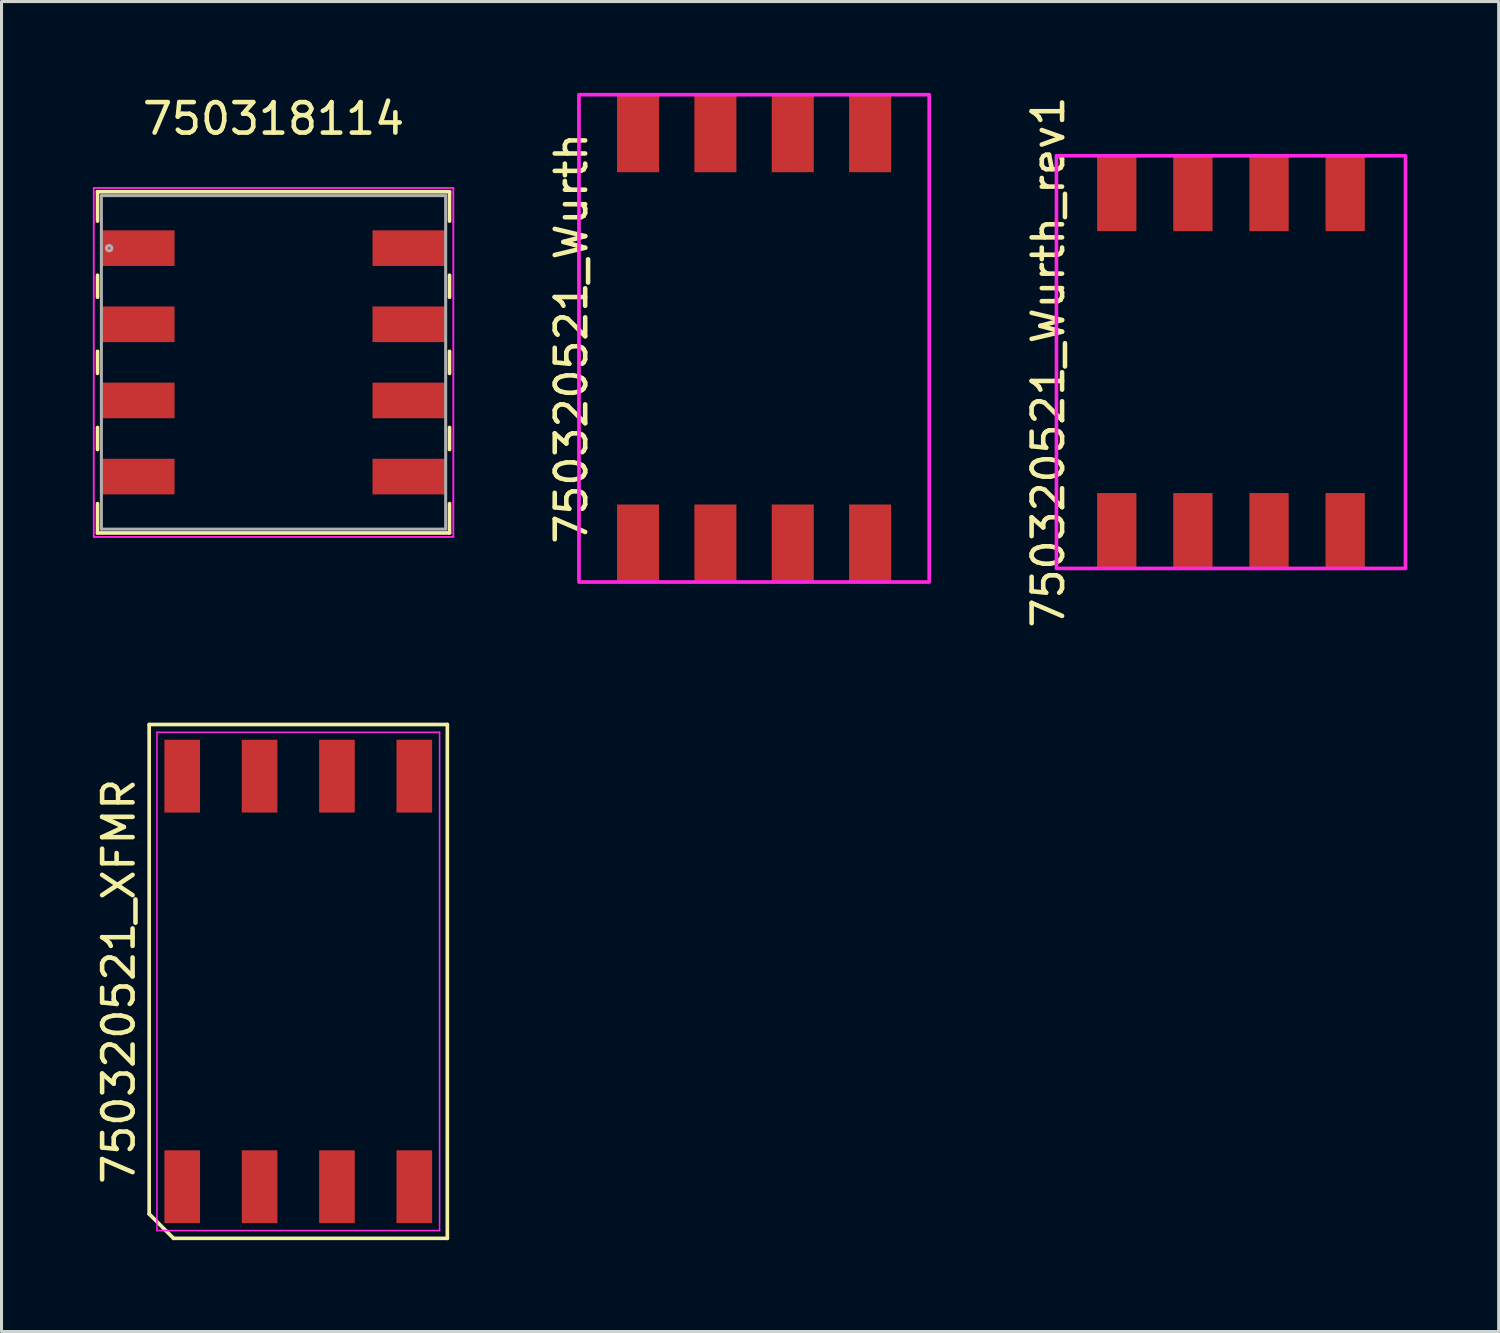
<source format=kicad_pcb>
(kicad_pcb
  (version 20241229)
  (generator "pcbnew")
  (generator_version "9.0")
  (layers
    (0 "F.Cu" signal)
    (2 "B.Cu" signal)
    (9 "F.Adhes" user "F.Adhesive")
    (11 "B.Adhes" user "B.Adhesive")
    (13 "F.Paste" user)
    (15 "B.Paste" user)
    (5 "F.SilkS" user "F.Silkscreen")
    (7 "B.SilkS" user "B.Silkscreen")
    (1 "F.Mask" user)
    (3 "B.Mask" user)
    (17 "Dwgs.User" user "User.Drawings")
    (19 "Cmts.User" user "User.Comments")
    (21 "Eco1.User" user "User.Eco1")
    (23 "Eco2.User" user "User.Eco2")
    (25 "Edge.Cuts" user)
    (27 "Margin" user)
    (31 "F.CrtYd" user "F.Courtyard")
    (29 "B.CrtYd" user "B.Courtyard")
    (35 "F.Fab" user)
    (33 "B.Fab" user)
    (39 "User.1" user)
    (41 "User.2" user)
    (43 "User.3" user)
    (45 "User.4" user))
  (footprint "750320521_Wurth"
    (layer "F.Cu")
    (at 21.709 8.06)
    (property "Reference" "750320521_Wurth" (at -6 0 90) (layer "F.SilkS") (effects (font (size 1 1) (thickness 0.15))))
    (attr smd)
    (fp_rect (start 5.75 8) (end -5.75 -8) (stroke (width 0.12) (type default)) (fill no) (layer "F.CrtYd"))
    (pad "1" smd rect (at -3.81 -6.74) (size 1.38 2.57) (layers "F.Cu" "F.Mask" "F.Paste"))
    (pad "2" smd rect (at -1.27 -6.74) (size 1.38 2.57) (layers "F.Cu" "F.Mask" "F.Paste"))
    (pad "3" smd rect (at 1.27 -6.74) (size 1.38 2.57) (layers "F.Cu" "F.Mask" "F.Paste"))
    (pad "4" smd rect (at 3.81 -6.74) (size 1.38 2.57) (layers "F.Cu" "F.Mask" "F.Paste"))
    (pad "5" smd rect (at 3.81 6.74) (size 1.38 2.57) (layers "F.Cu" "F.Mask" "F.Paste"))
    (pad "6" smd rect (at 1.27 6.74) (size 1.38 2.57) (layers "F.Cu" "F.Mask" "F.Paste"))
    (pad "7" smd rect (at -1.27 6.74) (size 1.38 2.57) (layers "F.Cu" "F.Mask" "F.Paste"))
    (pad "8" smd rect (at -3.81 6.74) (size 1.38 2.57) (layers "F.Cu" "F.Mask" "F.Paste")))
  (footprint "750318114"
    (layer "F.Cu")
    (at 5.931 8.848)
    (property "Reference" "750318114" (at 0 -8 0) (layer "F.SilkS") (effects (font (size 1 1) (thickness 0.15))))
    (attr through_hole)
    (fp_line (start -5.779 -5.602) (end -5.779 -4.638) (stroke (width 0.12) (type solid)) (layer "F.SilkS"))
    (fp_line (start -5.779 -2.862) (end -5.779 -2.138) (stroke (width 0.12) (type solid)) (layer "F.SilkS"))
    (fp_line (start -5.779 -0.362) (end -5.779 0.362) (stroke (width 0.12) (type solid)) (layer "F.SilkS"))
    (fp_line (start -5.779 2.138) (end -5.779 2.862) (stroke (width 0.12) (type solid)) (layer "F.SilkS"))
    (fp_line (start -5.779 4.638) (end -5.779 5.602) (stroke (width 0.12) (type solid)) (layer "F.SilkS"))
    (fp_line (start -5.779 5.602) (end 5.779 5.602) (stroke (width 0.12) (type solid)) (layer "F.SilkS"))
    (fp_line (start 5.779 -5.602) (end -5.779 -5.602) (stroke (width 0.12) (type solid)) (layer "F.SilkS"))
    (fp_line (start 5.779 -4.638) (end 5.779 -5.602) (stroke (width 0.12) (type solid)) (layer "F.SilkS"))
    (fp_line (start 5.779 -2.138) (end 5.779 -2.862) (stroke (width 0.12) (type solid)) (layer "F.SilkS"))
    (fp_line (start 5.779 0.362) (end 5.779 -0.362) (stroke (width 0.12) (type solid)) (layer "F.SilkS"))
    (fp_line (start 5.779 2.862) (end 5.779 2.138) (stroke (width 0.12) (type solid)) (layer "F.SilkS"))
    (fp_line (start 5.779 5.602) (end 5.779 4.638) (stroke (width 0.12) (type solid)) (layer "F.SilkS"))
    (fp_line (start -5.905 -5.729) (end 5.905 -5.729) (stroke (width 0.05) (type solid)) (layer "F.CrtYd"))
    (fp_line (start -5.905 -5.729) (end 5.905 -5.729) (stroke (width 0.05) (type solid)) (layer "F.CrtYd"))
    (fp_line (start -5.905 -4.589) (end -5.905 -5.729) (stroke (width 0.05) (type solid)) (layer "F.CrtYd"))
    (fp_line (start -5.905 -4.589) (end -5.905 -5.729) (stroke (width 0.05) (type solid)) (layer "F.CrtYd"))
    (fp_line (start -5.905 -4.589) (end -5.905 -4.589) (stroke (width 0.05) (type solid)) (layer "F.CrtYd"))
    (fp_line (start -5.905 -4.589) (end -5.905 -4.589) (stroke (width 0.05) (type solid)) (layer "F.CrtYd"))
    (fp_line (start -5.905 4.589) (end -5.905 -4.589) (stroke (width 0.05) (type solid)) (layer "F.CrtYd"))
    (fp_line (start -5.905 4.589) (end -5.905 -4.589) (stroke (width 0.05) (type solid)) (layer "F.CrtYd"))
    (fp_line (start -5.905 4.589) (end -5.905 4.589) (stroke (width 0.05) (type solid)) (layer "F.CrtYd"))
    (fp_line (start -5.905 4.589) (end -5.905 4.589) (stroke (width 0.05) (type solid)) (layer "F.CrtYd"))
    (fp_line (start -5.905 5.729) (end -5.905 4.589) (stroke (width 0.05) (type solid)) (layer "F.CrtYd"))
    (fp_line (start -5.905 5.729) (end -5.905 4.589) (stroke (width 0.05) (type solid)) (layer "F.CrtYd"))
    (fp_line (start 5.905 -5.729) (end 5.905 -4.589) (stroke (width 0.05) (type solid)) (layer "F.CrtYd"))
    (fp_line (start 5.905 -5.729) (end 5.905 -4.589) (stroke (width 0.05) (type solid)) (layer "F.CrtYd"))
    (fp_line (start 5.905 -4.589) (end 5.905 -4.589) (stroke (width 0.05) (type solid)) (layer "F.CrtYd"))
    (fp_line (start 5.905 -4.589) (end 5.905 -4.589) (stroke (width 0.05) (type solid)) (layer "F.CrtYd"))
    (fp_line (start 5.905 -4.589) (end 5.905 4.589) (stroke (width 0.05) (type solid)) (layer "F.CrtYd"))
    (fp_line (start 5.905 -4.589) (end 5.905 4.589) (stroke (width 0.05) (type solid)) (layer "F.CrtYd"))
    (fp_line (start 5.905 4.589) (end 5.905 4.589) (stroke (width 0.05) (type solid)) (layer "F.CrtYd"))
    (fp_line (start 5.905 4.589) (end 5.905 4.589) (stroke (width 0.05) (type solid)) (layer "F.CrtYd"))
    (fp_line (start 5.905 4.589) (end 5.905 5.729) (stroke (width 0.05) (type solid)) (layer "F.CrtYd"))
    (fp_line (start 5.905 4.589) (end 5.905 5.729) (stroke (width 0.05) (type solid)) (layer "F.CrtYd"))
    (fp_line (start 5.905 5.729) (end -5.905 5.729) (stroke (width 0.05) (type solid)) (layer "F.CrtYd"))
    (fp_line (start 5.905 5.729) (end -5.905 5.729) (stroke (width 0.05) (type solid)) (layer "F.CrtYd"))
    (fp_line (start -5.652 -5.475) (end -5.652 5.475) (stroke (width 0.1) (type solid)) (layer "F.Fab"))
    (fp_line (start -5.652 5.475) (end 5.652 5.475) (stroke (width 0.1) (type solid)) (layer "F.Fab"))
    (fp_line (start 5.652 -5.475) (end -5.652 -5.475) (stroke (width 0.1) (type solid)) (layer "F.Fab"))
    (fp_line (start 5.652 5.475) (end 5.652 -5.475) (stroke (width 0.1) (type solid)) (layer "F.Fab"))
    (fp_circle (center -5.397 -3.75) (end -5.359 -3.75) (stroke (width 0.1) (type solid)) (fill no) (layer "F.Fab"))
    (pad "1" smd rect (at -4.445 3.75) (size 2.39 1.17) (layers "F.Cu" "F.Mask" "F.Paste"))
    (pad "2" smd rect (at -4.445 1.25) (size 2.39 1.17) (layers "F.Cu" "F.Mask" "F.Paste"))
    (pad "3" smd rect (at -4.445 -1.25) (size 2.39 1.17) (layers "F.Cu" "F.Mask" "F.Paste"))
    (pad "4" smd rect (at -4.445 -3.75) (size 2.39 1.17) (layers "F.Cu" "F.Mask" "F.Paste"))
    (pad "5" smd rect (at 4.445 -3.75) (size 2.39 1.17) (layers "F.Cu" "F.Mask" "F.Paste"))
    (pad "6" smd rect (at 4.445 -1.25) (size 2.39 1.17) (layers "F.Cu" "F.Mask" "F.Paste"))
    (pad "7" smd rect (at 4.445 1.25) (size 2.39 1.17) (layers "F.Cu" "F.Mask" "F.Paste"))
    (pad "8" smd rect (at 4.445 3.75) (size 2.39 1.17) (layers "F.Cu" "F.Mask" "F.Paste")))
  (footprint "750320521_XFMR"
    (layer "F.Cu")
    (at 6.743 29.174)
    (property "Reference" "750320521_XFMR" (at -5.895 0 90) (layer "F.SilkS") (effects (font (size 1 1) (thickness 0.15))))
    (attr smd)
    (fp_line (start -4.895 -8.435) (end 4.895 -8.435) (stroke (width 0.12) (type default)) (layer "F.SilkS"))
    (fp_line (start -4.895 7.635) (end -4.895 -8.435) (stroke (width 0.12) (type default)) (layer "F.SilkS"))
    (fp_line (start -4.095 8.435) (end -4.895 7.635) (stroke (width 0.12) (type default)) (layer "F.SilkS"))
    (fp_line (start 4.895 -8.435) (end 4.895 8.435) (stroke (width 0.12) (type default)) (layer "F.SilkS"))
    (fp_line (start 4.895 8.435) (end -4.095 8.435) (stroke (width 0.12) (type default)) (layer "F.SilkS"))
    (fp_line (start -4.64 -8.18) (end 4.64 -8.18) (stroke (width 0.05) (type default)) (layer "F.CrtYd"))
    (fp_line (start -4.64 8.18) (end -4.64 -8.18) (stroke (width 0.05) (type default)) (layer "F.CrtYd"))
    (fp_line (start 4.64 -8.18) (end 4.64 8.18) (stroke (width 0.05) (type default)) (layer "F.CrtYd"))
    (fp_line (start 4.64 8.18) (end -4.64 8.18) (stroke (width 0.05) (type default)) (layer "F.CrtYd"))
    (pad "1" smd rect (at 3.81 6.74) (size 1.17 2.39) (layers "F.Cu" "F.Mask" "F.Paste"))
    (pad "2" smd rect (at 1.27 6.74) (size 1.17 2.39) (layers "F.Cu" "F.Mask" "F.Paste"))
    (pad "3" smd rect (at -1.27 6.74) (size 1.17 2.39) (layers "F.Cu" "F.Mask" "F.Paste"))
    (pad "4" smd rect (at -3.81 6.74) (size 1.17 2.39) (layers "F.Cu" "F.Mask" "F.Paste"))
    (pad "5" smd rect (at -3.81 -6.74) (size 1.17 2.39) (layers "F.Cu" "F.Mask" "F.Paste"))
    (pad "6" smd rect (at -1.27 -6.74) (size 1.17 2.39) (layers "F.Cu" "F.Mask" "F.Paste"))
    (pad "7" smd rect (at 1.27 -6.74) (size 1.17 2.39) (layers "F.Cu" "F.Mask" "F.Paste"))
    (pad "8" smd rect (at 3.81 -6.74) (size 1.17 2.39) (layers "F.Cu" "F.Mask" "F.Paste")))
  (footprint "750320521_Wurth_rev1"
    (layer "F.Cu")
    (at 37.367 8.839)
    (property "Reference" "750320521_Wurth_rev1" (at -6 0 90) (layer "F.SilkS") (effects (font (size 1 1) (thickness 0.15))))
    (attr smd)
    (fp_rect (start 5.73 6.775) (end -5.73 -6.775) (stroke (width 0.12) (type default)) (fill no) (layer "F.CrtYd"))
    (pad "1" smd rect (at -3.75 -5.54) (size 1.29 2.48) (layers "F.Cu" "F.Mask" "F.Paste"))
    (pad "2" smd rect (at -1.25 -5.54) (size 1.29 2.48) (layers "F.Cu" "F.Mask" "F.Paste"))
    (pad "3" smd rect (at 1.25 -5.54) (size 1.29 2.48) (layers "F.Cu" "F.Mask" "F.Paste"))
    (pad "4" smd rect (at 3.75 -5.54) (size 1.29 2.48) (layers "F.Cu" "F.Mask" "F.Paste"))
    (pad "5" smd rect (at 3.75 5.54) (size 1.29 2.48) (layers "F.Cu" "F.Mask" "F.Paste"))
    (pad "6" smd rect (at 1.25 5.54) (size 1.29 2.48) (layers "F.Cu" "F.Mask" "F.Paste"))
    (pad "7" smd rect (at -1.25 5.54) (size 1.29 2.48) (layers "F.Cu" "F.Mask" "F.Paste"))
    (pad "8" smd rect (at -3.75 5.54) (size 1.29 2.48) (layers "F.Cu" "F.Mask" "F.Paste")))
  (gr_rect
    (start -3 -3)
    (end 46.157 40.669)
    (stroke (width 0.1) (type default))
    (fill no)
    (layer "Edge.Cuts")))
</source>
